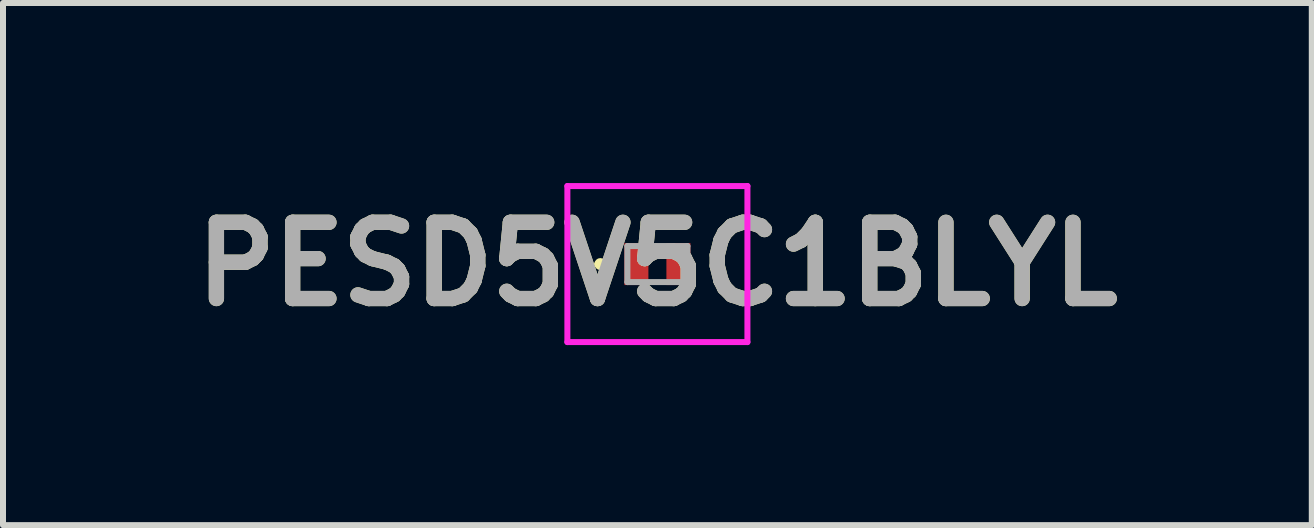
<source format=kicad_pcb>
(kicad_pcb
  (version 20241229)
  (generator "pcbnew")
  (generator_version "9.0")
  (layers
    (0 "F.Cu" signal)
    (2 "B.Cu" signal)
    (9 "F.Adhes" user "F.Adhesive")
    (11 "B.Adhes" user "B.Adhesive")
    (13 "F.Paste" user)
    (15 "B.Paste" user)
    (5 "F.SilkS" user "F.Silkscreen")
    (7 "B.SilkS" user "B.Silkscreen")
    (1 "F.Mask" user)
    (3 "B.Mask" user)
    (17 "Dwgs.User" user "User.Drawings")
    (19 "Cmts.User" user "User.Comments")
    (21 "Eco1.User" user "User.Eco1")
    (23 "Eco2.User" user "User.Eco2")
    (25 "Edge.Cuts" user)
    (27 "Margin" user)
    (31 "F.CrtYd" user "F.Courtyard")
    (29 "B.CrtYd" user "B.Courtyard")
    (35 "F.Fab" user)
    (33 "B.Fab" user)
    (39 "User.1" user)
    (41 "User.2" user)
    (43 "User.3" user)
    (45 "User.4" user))
  (footprint "PESD5V5C1BLYL"
    (layer "F.Cu")
    (at 7.904 1.35)
    (property "Reference" "PESD5V5C1BLYL" (at 0 0 0) (layer "F.SilkS") (effects (font (size 1.27 1.27) (thickness 0.254))))
    (attr smd)
    (fp_line (start -1 0) (end -1 0) (stroke (width 0.1) (type solid)) (layer "F.SilkS"))
    (fp_line (start -0.9 0) (end -0.9 0) (stroke (width 0.1) (type solid)) (layer "F.SilkS"))
    (fp_arc (start -1 0) (mid -0.95 -0.05) (end -0.9 0) (stroke (width 0.1) (type solid)) (layer "F.SilkS"))
    (fp_arc (start -0.9 0) (mid -0.95 0.05) (end -1 0) (stroke (width 0.1) (type solid)) (layer "F.SilkS"))
    (fp_line (start -1.5 -1.3) (end 1.5 -1.3) (stroke (width 0.1) (type solid)) (layer "F.CrtYd"))
    (fp_line (start -1.5 1.3) (end -1.5 -1.3) (stroke (width 0.1) (type solid)) (layer "F.CrtYd"))
    (fp_line (start 1.5 -1.3) (end 1.5 1.3) (stroke (width 0.1) (type solid)) (layer "F.CrtYd"))
    (fp_line (start 1.5 1.3) (end -1.5 1.3) (stroke (width 0.1) (type solid)) (layer "F.CrtYd"))
    (fp_line (start -0.5 -0.3) (end -0.5 0.3) (stroke (width 0.1) (type solid)) (layer "F.Fab"))
    (fp_line (start -0.5 0.3) (end 0.5 0.3) (stroke (width 0.1) (type solid)) (layer "F.Fab"))
    (fp_line (start 0.5 -0.3) (end -0.5 -0.3) (stroke (width 0.1) (type solid)) (layer "F.Fab"))
    (fp_line (start 0.5 0.3) (end 0.5 -0.3) (stroke (width 0.1) (type solid)) (layer "F.Fab"))
    (fp_text user "${REFERENCE}" (at 0 0 0) (layer "F.Fab") (effects (font (size 1.27 1.27) (thickness 0.254))))
    (pad "1" smd rect (at -0.35 0) (size 0.4 0.7) (layers "F.Cu" "F.Mask" "F.Paste"))
    (pad "2" smd rect (at 0.35 0) (size 0.4 0.7) (layers "F.Cu" "F.Mask" "F.Paste")))
  (gr_rect
    (start -3 -3)
    (end 18.808 5.7)
    (stroke (width 0.1) (type default))
    (fill no)
    (layer "Edge.Cuts")))
</source>
